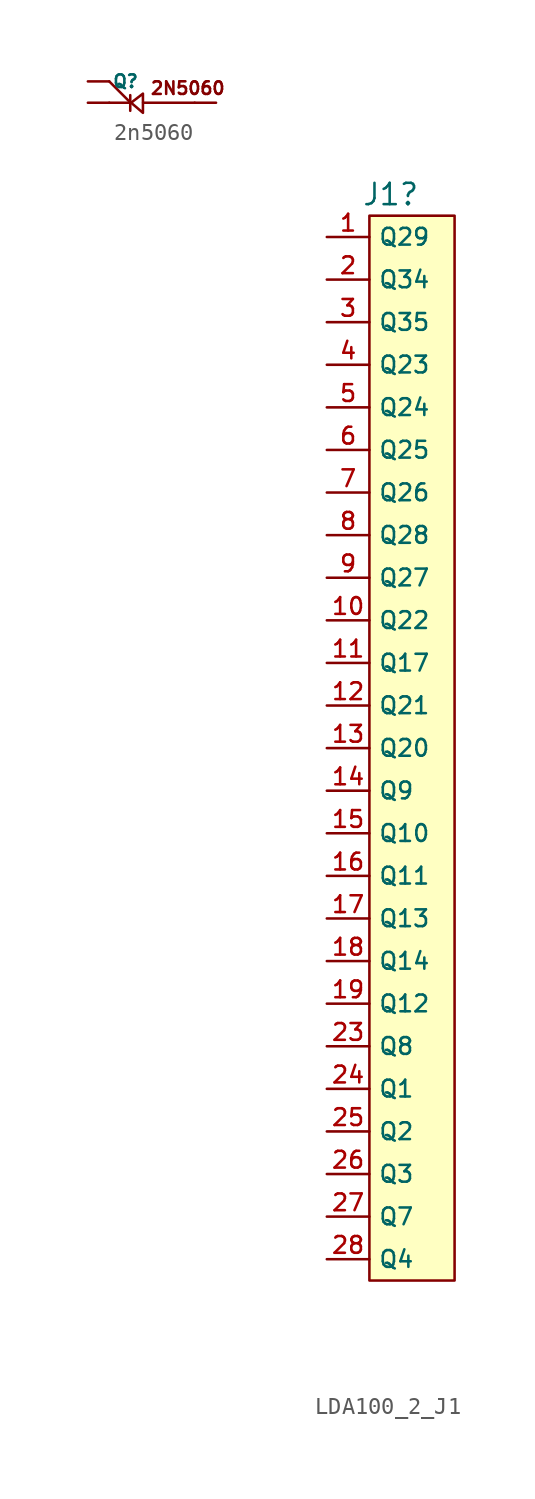
<source format=kicad_sym>
(kicad_symbol_lib
  (version 20241209)
  (generator "kicad_symbol_editor")
  (generator_version "9.0")
  (symbol "2n5060"
    (pin_numbers
      (hide yes))
    (pin_names
      (offset 0)
      (hide yes))
    (property "Reference" "Q"
      (at -2.839 1.276 0)
      (effects (font (size 0.75 0.75))))
    (property "Value" ""
      (at 0 0 0)
      (effects (font (size 1.27 1.27))))
    (symbol "2n5060_1_1"
      (polyline (pts (xy -3.81 1.27) (xy -2.54 0)) (stroke (width 0) (type default)) (fill (type none)))
      (polyline (pts (xy -3.81 0) (xy -2.54 0)) (stroke (width 0) (type default)) (fill (type none)))
      (polyline (pts (xy -2.561 0.451) (xy -2.561 -0.478)) (stroke (width 0) (type default)) (fill (type none)))
      (polyline (pts (xy -2.51 0.002) (xy -1.806 0.542) (xy -1.806 -0.6) (xy -2.51 0.002)) (stroke (width 0) (type default)) (fill (type none)))
      (polyline (pts (xy 1.27 0) (xy -1.796 0.002)) (stroke (width 0) (type default)) (fill (type none)))
      (text "2N5060" (at 0.861 0.865 0) (effects (font (size 0.75 0.75))))
      (pin input line (at -5.08 1.27 0) (length 1.27) (name "G" (effects (font (size 1.27 1.27)))) (number "2" (effects (font (size 1.27 1.27)))))
      (pin output line (at -5.08 0 0) (length 1.27) (name "C" (effects (font (size 1.27 1.27)))) (number "1" (effects (font (size 1.27 1.27)))))
      (pin input line (at 2.54 0 180) (length 1.27) (name "A" (effects (font (size 1.27 1.27)))) (number "3" (effects (font (size 1.27 1.27)))))))
  (symbol "LDA100_2_J1"
    (property "Reference" "J1"
      (at -2.54 33.02 0)
      (effects (font (size 1.27 1.27))))
    (property "Value" ""
      (at 0 12.7 0)
      (effects (font (size 1.27 1.27))))
    (symbol "LDA100_2_J1_1_1"
      (rectangle (start -3.81 31.75) (end 1.27 -31.75) (stroke (width 0) (type default)) (fill (type background)))
      (pin bidirectional line (at -6.35 30.48 0) (length 2.54) (name "Q29" (effects (font (size 1 1)))) (number "1" (effects (font (size 1 1)))))
      (pin bidirectional line (at -6.35 27.94 0) (length 2.54) (name "Q34" (effects (font (size 1 1)))) (number "2" (effects (font (size 1 1)))))
      (pin bidirectional line (at -6.35 25.4 0) (length 2.54) (name "Q35" (effects (font (size 1 1)))) (number "3" (effects (font (size 1 1)))))
      (pin bidirectional line (at -6.35 22.86 0) (length 2.54) (name "Q23" (effects (font (size 1 1)))) (number "4" (effects (font (size 1 1)))))
      (pin bidirectional line (at -6.35 20.32 0) (length 2.54) (name "Q24" (effects (font (size 1 1)))) (number "5" (effects (font (size 1 1)))))
      (pin bidirectional line (at -6.35 17.78 0) (length 2.54) (name "Q25" (effects (font (size 1 1)))) (number "6" (effects (font (size 1 1)))))
      (pin bidirectional line (at -6.35 15.24 0) (length 2.54) (name "Q26" (effects (font (size 1 1)))) (number "7" (effects (font (size 1 1)))))
      (pin bidirectional line (at -6.35 12.7 0) (length 2.54) (name "Q28" (effects (font (size 1 1)))) (number "8" (effects (font (size 1 1)))))
      (pin bidirectional line (at -6.35 10.16 0) (length 2.54) (name "Q27" (effects (font (size 1 1)))) (number "9" (effects (font (size 1 1)))))
      (pin bidirectional line (at -6.35 7.62 0) (length 2.54) (name "Q22" (effects (font (size 1 1)))) (number "10" (effects (font (size 1 1)))))
      (pin bidirectional line (at -6.35 5.08 0) (length 2.54) (name "Q17" (effects (font (size 1 1)))) (number "11" (effects (font (size 1 1)))))
      (pin bidirectional line (at -6.35 2.54 0) (length 2.54) (name "Q21" (effects (font (size 1 1)))) (number "12" (effects (font (size 1 1)))))
      (pin bidirectional line (at -6.35 0 0) (length 2.54) (name "Q20" (effects (font (size 1 1)))) (number "13" (effects (font (size 1 1)))))
      (pin bidirectional line (at -6.35 -2.54 0) (length 2.54) (name "Q9" (effects (font (size 1 1)))) (number "14" (effects (font (size 1 1)))))
      (pin bidirectional line (at -6.35 -5.08 0) (length 2.54) (name "Q10" (effects (font (size 1 1)))) (number "15" (effects (font (size 1 1)))))
      (pin bidirectional line (at -6.35 -7.62 0) (length 2.54) (name "Q11" (effects (font (size 1 1)))) (number "16" (effects (font (size 1 1)))))
      (pin bidirectional line (at -6.35 -10.16 0) (length 2.54) (name "Q13" (effects (font (size 1 1)))) (number "17" (effects (font (size 1 1)))))
      (pin bidirectional line (at -6.35 -12.7 0) (length 2.54) (name "Q14" (effects (font (size 1 1)))) (number "18" (effects (font (size 1 1)))))
      (pin bidirectional line (at -6.35 -15.24 0) (length 2.54) (name "Q12" (effects (font (size 1 1)))) (number "19" (effects (font (size 1 1)))))
      (pin bidirectional line (at -6.35 -17.78 0) (length 2.54) (name "Q8" (effects (font (size 1 1)))) (number "23" (effects (font (size 1 1)))))
      (pin bidirectional line (at -6.35 -20.32 0) (length 2.54) (name "Q1" (effects (font (size 1 1)))) (number "24" (effects (font (size 1 1)))))
      (pin bidirectional line (at -6.35 -22.86 0) (length 2.54) (name "Q2" (effects (font (size 1 1)))) (number "25" (effects (font (size 1 1)))))
      (pin bidirectional line (at -6.35 -25.4 0) (length 2.54) (name "Q3" (effects (font (size 1 1)))) (number "26" (effects (font (size 1 1)))))
      (pin bidirectional line (at -6.35 -27.94 0) (length 2.54) (name "Q7" (effects (font (size 1 1)))) (number "27" (effects (font (size 1 1)))))
      (pin bidirectional line (at -6.35 -30.48 0) (length 2.54) (name "Q4" (effects (font (size 1 1)))) (number "28" (effects (font (size 1 1))))))))
</source>
